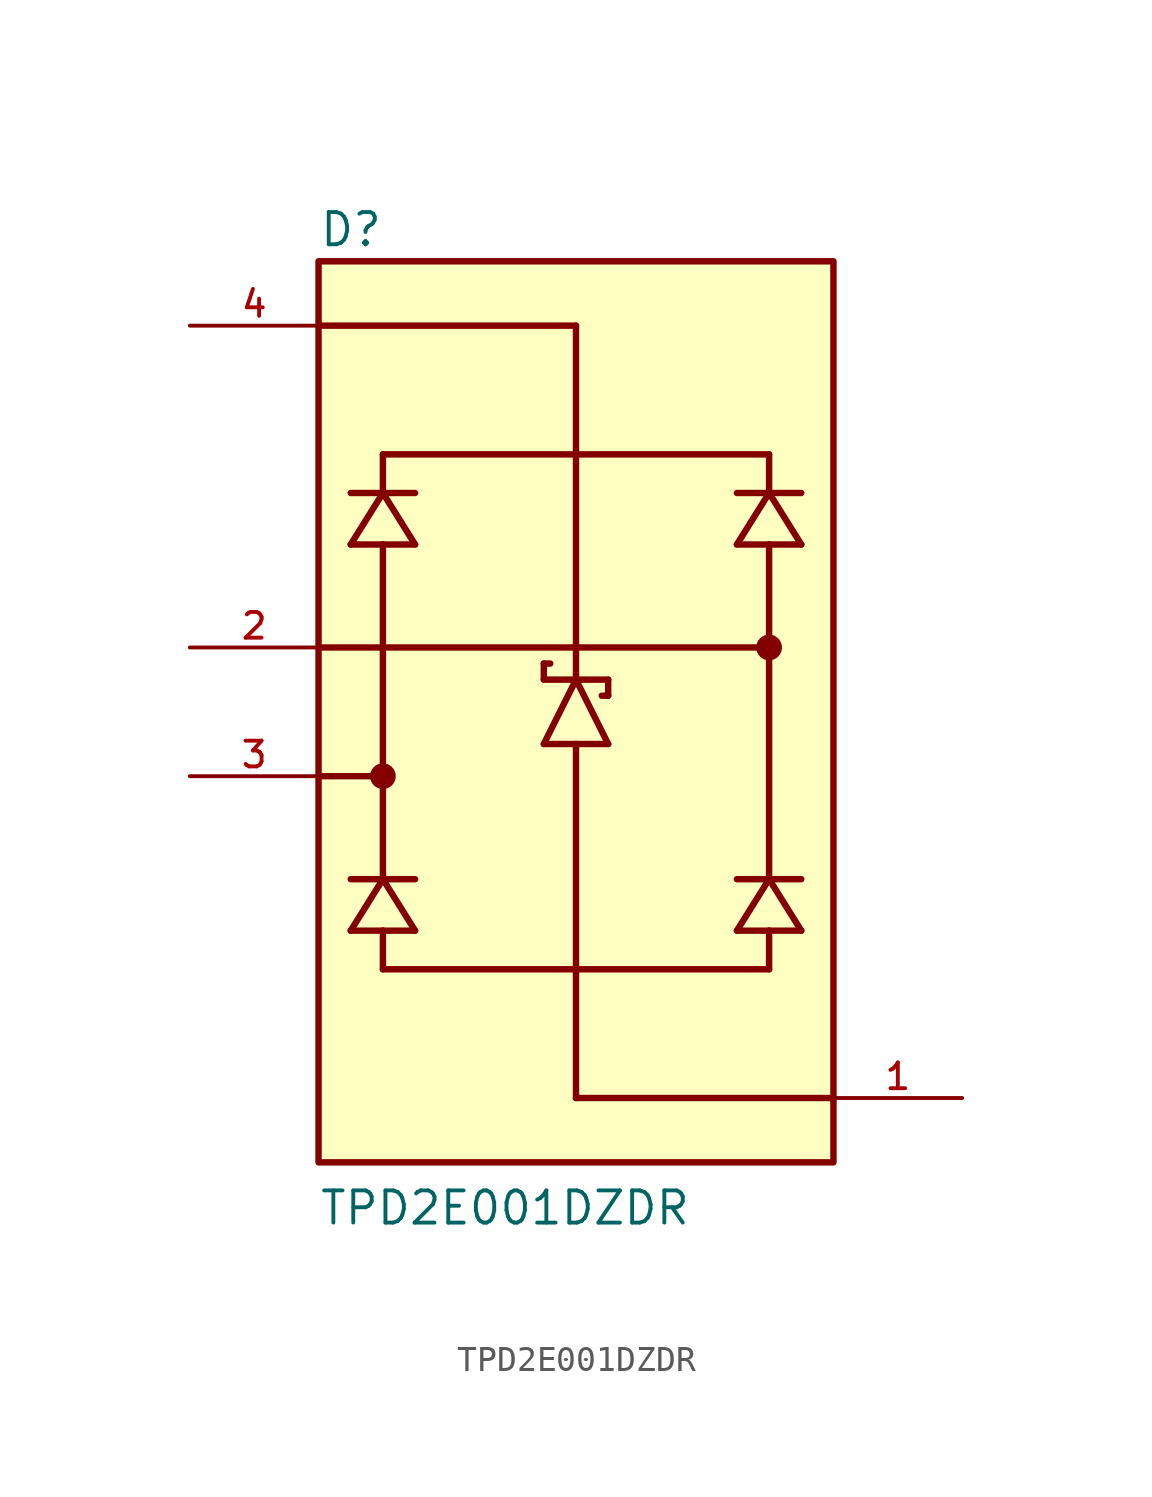
<source format=kicad_sym>
(kicad_symbol_lib
  (version 20211014)
  (generator kicad_symbol_editor)
  (symbol "TPD2E001DZDR"
    (pin_names
      (offset 1.016))
    (property "Reference" "D"
      (at -10.16 18.288 0)
      (effects (font (size 1.27 1.27)) (justify bottom left)))
    (property "Value" "TPD2E001DZDR"
      (at -10.16 -20.32 0)
      (effects (font (size 1.27 1.27)) (justify bottom left)))
    (symbol "TPD2E001DZDR_0_0"
      (polyline (pts (xy -6.35 6.604) (xy -7.62 8.636)) (stroke (width 0.254)))
      (polyline (pts (xy -7.62 8.636) (xy -8.89 6.604)) (stroke (width 0.254)))
      (polyline (pts (xy -8.89 8.636) (xy -7.62 8.636)) (stroke (width 0.254)))
      (polyline (pts (xy -8.89 6.604) (xy -7.62 6.604)) (stroke (width 0.254)))
      (polyline (pts (xy -7.62 6.604) (xy -6.35 6.604)) (stroke (width 0.254)))
      (polyline (pts (xy -7.62 8.636) (xy -6.35 8.636)) (stroke (width 0.254)))
      (polyline (pts (xy -7.62 8.636) (xy -7.62 10.16)) (stroke (width 0.254)))
      (polyline (pts (xy 8.89 6.604) (xy 7.62 8.636)) (stroke (width 0.254)))
      (polyline (pts (xy 7.62 8.636) (xy 6.35 6.604)) (stroke (width 0.254)))
      (polyline (pts (xy 6.35 8.636) (xy 7.62 8.636)) (stroke (width 0.254)))
      (polyline (pts (xy 6.35 6.604) (xy 7.62 6.604)) (stroke (width 0.254)))
      (polyline (pts (xy 7.62 6.604) (xy 8.89 6.604)) (stroke (width 0.254)))
      (polyline (pts (xy 7.62 8.636) (xy 8.89 8.636)) (stroke (width 0.254)))
      (polyline (pts (xy 7.62 8.636) (xy 7.62 10.16)) (stroke (width 0.254)))
      (polyline (pts (xy -6.35 -8.636) (xy -7.62 -6.604)) (stroke (width 0.254)))
      (polyline (pts (xy -7.62 -6.604) (xy -8.89 -8.636)) (stroke (width 0.254)))
      (polyline (pts (xy -8.89 -6.604) (xy -7.62 -6.604)) (stroke (width 0.254)))
      (polyline (pts (xy -8.89 -8.636) (xy -7.62 -8.636)) (stroke (width 0.254)))
      (polyline (pts (xy -7.62 -8.636) (xy -6.35 -8.636)) (stroke (width 0.254)))
      (polyline (pts (xy -7.62 -6.604) (xy -6.35 -6.604)) (stroke (width 0.254)))
      (polyline (pts (xy -7.62 -10.16) (xy -7.62 -8.636)) (stroke (width 0.254)))
      (polyline (pts (xy 8.89 -8.636) (xy 7.62 -6.604)) (stroke (width 0.254)))
      (polyline (pts (xy 7.62 -6.604) (xy 6.35 -8.636)) (stroke (width 0.254)))
      (polyline (pts (xy 6.35 -6.604) (xy 7.62 -6.604)) (stroke (width 0.254)))
      (polyline (pts (xy 6.35 -8.636) (xy 7.62 -8.636)) (stroke (width 0.254)))
      (polyline (pts (xy 7.62 -8.636) (xy 8.89 -8.636)) (stroke (width 0.254)))
      (polyline (pts (xy 7.62 -6.604) (xy 8.89 -6.604)) (stroke (width 0.254)))
      (polyline (pts (xy 7.62 -10.16) (xy 7.62 -8.636)) (stroke (width 0.254)))
      (polyline (pts (xy 1.27 -1.27) (xy 0.0 1.27)) (stroke (width 0.254)))
      (polyline (pts (xy 0.0 1.27) (xy -1.27 -1.27)) (stroke (width 0.254)))
      (polyline (pts (xy -1.27 1.905) (xy -1.27 1.27)) (stroke (width 0.254)))
      (polyline (pts (xy -1.27 1.27) (xy 0.0 1.27)) (stroke (width 0.254)))
      (polyline (pts (xy -1.27 -1.27) (xy 0.0 -1.27)) (stroke (width 0.254)))
      (polyline (pts (xy 0.0 -1.27) (xy 1.27 -1.27)) (stroke (width 0.254)))
      (polyline (pts (xy 0.0 1.27) (xy 1.27 1.27)) (stroke (width 0.254)))
      (polyline (pts (xy -1.27 1.905) (xy -1.016 1.905)) (stroke (width 0.254)))
      (polyline (pts (xy 1.27 1.27) (xy 1.27 0.635)) (stroke (width 0.254)))
      (polyline (pts (xy 1.016 0.635) (xy 1.27 0.635)) (stroke (width 0.254)))
      (polyline (pts (xy -7.62 10.16) (xy 0.0 10.16)) (stroke (width 0.254)))
      (polyline (pts (xy 0.0 10.16) (xy 7.62 10.16)) (stroke (width 0.254)))
      (polyline (pts (xy -7.62 6.604) (xy -7.62 -2.54)) (stroke (width 0.254)))
      (polyline (pts (xy -7.62 -2.54) (xy -7.62 -6.604)) (stroke (width 0.254)))
      (polyline (pts (xy -7.62 -10.16) (xy 0.0 -10.16)) (stroke (width 0.254)))
      (polyline (pts (xy 0.0 -10.16) (xy 7.62 -10.16)) (stroke (width 0.254)))
      (polyline (pts (xy 7.62 -6.604) (xy 7.62 2.54)) (stroke (width 0.254)))
      (polyline (pts (xy 7.62 2.54) (xy 7.62 6.604)) (stroke (width 0.254)))
      (polyline (pts (xy 0.0 1.27) (xy 0.0 10.16)) (stroke (width 0.254)))
      (polyline (pts (xy 0.0 -1.27) (xy 0.0 -10.16)) (stroke (width 0.254)))
      (polyline (pts (xy 0.0 10.16) (xy 0.0 15.24)) (stroke (width 0.254)))
      (polyline (pts (xy 0.0 15.24) (xy -10.16 15.24)) (stroke (width 0.254)))
      (polyline (pts (xy 0.0 -10.16) (xy 0.0 -15.24)) (stroke (width 0.254)))
      (polyline (pts (xy 0.0 -15.24) (xy 10.16 -15.24)) (stroke (width 0.254)))
      (polyline (pts (xy -7.62 -2.54) (xy -10.16 -2.54)) (stroke (width 0.254)))
      (polyline (pts (xy 7.62 2.54) (xy -10.16 2.54)) (stroke (width 0.254)))
      (circle (center 7.62 2.54) (radius 0.254) (stroke (width 0.508)) (fill (type none)))
      (circle (center -7.62 -2.54) (radius 0.254) (stroke (width 0.508)) (fill (type none)))
      (rectangle (start -10.16 -17.78) (end 10.16 17.78) (stroke (width 0.254)) (fill (type background)))
      (pin power_in line (at -15.24 15.24 0) (length 5.08) (name "~" (effects (font (size 1.016 1.016)))) (number "4" (effects (font (size 1.016 1.016)))))
      (pin power_in line (at 15.24 -15.24 180.0) (length 5.08) (name "~" (effects (font (size 1.016 1.016)))) (number "1" (effects (font (size 1.016 1.016)))))
      (pin bidirectional line (at -15.24 -2.54 0) (length 5.08) (name "~" (effects (font (size 1.016 1.016)))) (number "3" (effects (font (size 1.016 1.016)))))
      (pin bidirectional line (at -15.24 2.54 0) (length 5.08) (name "~" (effects (font (size 1.016 1.016)))) (number "2" (effects (font (size 1.016 1.016))))))))
</source>
